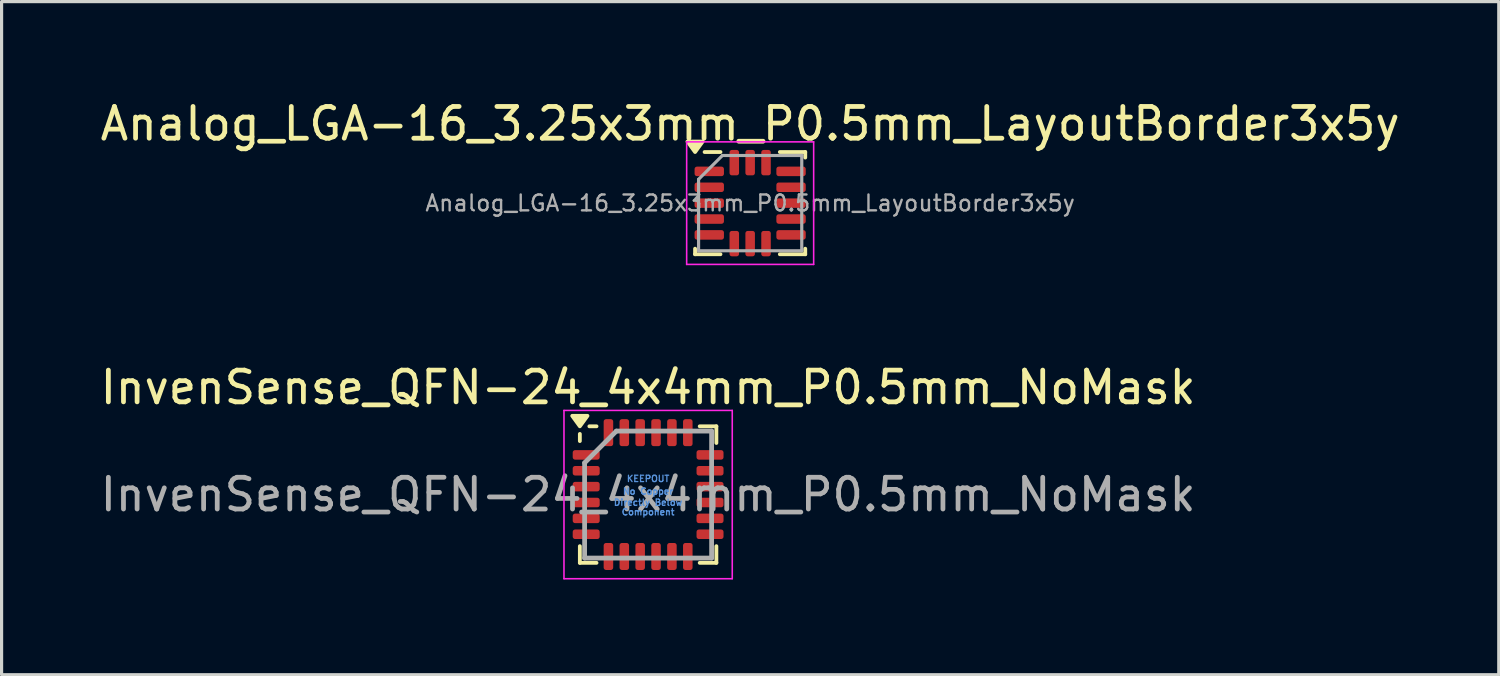
<source format=kicad_pcb>
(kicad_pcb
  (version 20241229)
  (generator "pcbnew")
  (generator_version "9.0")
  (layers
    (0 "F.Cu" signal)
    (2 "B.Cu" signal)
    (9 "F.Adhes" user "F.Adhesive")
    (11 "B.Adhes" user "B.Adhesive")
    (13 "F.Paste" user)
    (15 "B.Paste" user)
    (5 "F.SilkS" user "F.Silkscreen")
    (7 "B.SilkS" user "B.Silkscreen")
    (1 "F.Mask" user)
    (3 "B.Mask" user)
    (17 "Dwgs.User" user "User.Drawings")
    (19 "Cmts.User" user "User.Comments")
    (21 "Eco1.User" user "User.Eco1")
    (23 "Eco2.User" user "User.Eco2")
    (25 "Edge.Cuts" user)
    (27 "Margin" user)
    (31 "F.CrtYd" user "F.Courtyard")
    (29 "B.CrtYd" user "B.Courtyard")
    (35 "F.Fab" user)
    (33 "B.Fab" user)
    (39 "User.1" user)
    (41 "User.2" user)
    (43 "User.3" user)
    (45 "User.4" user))
  (footprint "InvenSense_QFN-24_4x4mm_P0.5mm_NoMask"
    (layer "F.Cu")
    (at 17.363 12.527)
    (property "Reference" "InvenSense_QFN-24_4x4mm_P0.5mm_NoMask" (at 0 -3.375 0) (layer "F.SilkS") (effects (font (size 1 1) (thickness 0.15))))
    (attr smd)
    (fp_line (start -2.15 -1.685) (end -2.15 -1.91) (stroke (width 0.12) (type solid)) (layer "F.SilkS"))
    (fp_line (start -2.15 2.15) (end -2.15 1.625) (stroke (width 0.12) (type solid)) (layer "F.SilkS"))
    (fp_line (start -2.15 2.15) (end -1.625 2.15) (stroke (width 0.12) (type solid)) (layer "F.SilkS"))
    (fp_line (start -1.625 -2.15) (end -1.85 -2.15) (stroke (width 0.12) (type solid)) (layer "F.SilkS"))
    (fp_line (start 2.15 -2.15) (end 1.625 -2.15) (stroke (width 0.12) (type solid)) (layer "F.SilkS"))
    (fp_line (start 2.15 -2.15) (end 2.15 -1.625) (stroke (width 0.12) (type solid)) (layer "F.SilkS"))
    (fp_line (start 2.15 2.15) (end 1.625 2.15) (stroke (width 0.12) (type solid)) (layer "F.SilkS"))
    (fp_line (start 2.15 2.15) (end 2.15 1.625) (stroke (width 0.12) (type solid)) (layer "F.SilkS"))
    (fp_poly (pts (xy -2.15 -2.15) (xy -2.39 -2.48) (xy -1.91 -2.48) (xy -2.15 -2.15)) (stroke (width 0.12) (type solid)) (fill yes) (layer "F.SilkS"))
    (fp_line (start -2.65 -2.65) (end -2.65 2.65) (stroke (width 0.05) (type solid)) (layer "F.CrtYd"))
    (fp_line (start -2.65 -2.65) (end 2.65 -2.65) (stroke (width 0.05) (type solid)) (layer "F.CrtYd"))
    (fp_line (start -2.65 2.65) (end 2.65 2.65) (stroke (width 0.05) (type solid)) (layer "F.CrtYd"))
    (fp_line (start 2.65 -2.65) (end 2.65 2.65) (stroke (width 0.05) (type solid)) (layer "F.CrtYd"))
    (fp_line (start -2 -1) (end -1 -2) (stroke (width 0.15) (type solid)) (layer "F.Fab"))
    (fp_line (start -2 2) (end -2 -1) (stroke (width 0.15) (type solid)) (layer "F.Fab"))
    (fp_line (start -1 -2) (end 2 -2) (stroke (width 0.15) (type solid)) (layer "F.Fab"))
    (fp_line (start 2 -2) (end 2 2) (stroke (width 0.15) (type solid)) (layer "F.Fab"))
    (fp_line (start 2 2) (end -2 2) (stroke (width 0.15) (type solid)) (layer "F.Fab"))
    (fp_text user "Component" (at 0 0.55 0) (layer "Cmts.User") (effects (font (size 0.2 0.2) (thickness 0.04))))
    (fp_text user "KEEPOUT" (at 0 -0.5 0) (layer "Cmts.User") (effects (font (size 0.2 0.2) (thickness 0.04))))
    (fp_text user "Directly Below" (at 0 0.25 0) (layer "Cmts.User") (effects (font (size 0.2 0.2) (thickness 0.04))))
    (fp_text user "No Copper" (at 0 -0.1 0) (layer "Cmts.User") (effects (font (size 0.2 0.2) (thickness 0.04))))
    (fp_text user "${REFERENCE}" (at 0 0 0) (layer "F.Fab") (effects (font (size 1 1) (thickness 0.15))))
    (pad "" smd roundrect (at 0 0) (size 2.75 2.65) (layers "F.Mask") (roundrect_rratio 0.094))
    (pad "1" smd roundrect (at -1.95 -1.25) (size 0.85 0.3) (layers "F.Cu" "F.Mask" "F.Paste") (roundrect_rratio 0.25))
    (pad "2" smd roundrect (at -1.95 -0.75) (size 0.85 0.3) (layers "F.Cu" "F.Mask" "F.Paste") (roundrect_rratio 0.25))
    (pad "3" smd roundrect (at -1.95 -0.25) (size 0.85 0.3) (layers "F.Cu" "F.Mask" "F.Paste") (roundrect_rratio 0.25))
    (pad "4" smd roundrect (at -1.95 0.25) (size 0.85 0.3) (layers "F.Cu" "F.Mask" "F.Paste") (roundrect_rratio 0.25))
    (pad "5" smd roundrect (at -1.95 0.75) (size 0.85 0.3) (layers "F.Cu" "F.Mask" "F.Paste") (roundrect_rratio 0.25))
    (pad "6" smd roundrect (at -1.95 1.25) (size 0.85 0.3) (layers "F.Cu" "F.Mask" "F.Paste") (roundrect_rratio 0.25))
    (pad "7" smd roundrect (at -1.25 1.95 90) (size 0.85 0.3) (layers "F.Cu" "F.Mask" "F.Paste") (roundrect_rratio 0.25))
    (pad "8" smd roundrect (at -0.75 1.95 90) (size 0.85 0.3) (layers "F.Cu" "F.Mask" "F.Paste") (roundrect_rratio 0.25))
    (pad "9" smd roundrect (at -0.25 1.95 90) (size 0.85 0.3) (layers "F.Cu" "F.Mask" "F.Paste") (roundrect_rratio 0.25))
    (pad "10" smd roundrect (at 0.25 1.95 90) (size 0.85 0.3) (layers "F.Cu" "F.Mask" "F.Paste") (roundrect_rratio 0.25))
    (pad "11" smd roundrect (at 0.75 1.95 90) (size 0.85 0.3) (layers "F.Cu" "F.Mask" "F.Paste") (roundrect_rratio 0.25))
    (pad "12" smd roundrect (at 1.25 1.95 90) (size 0.85 0.3) (layers "F.Cu" "F.Mask" "F.Paste") (roundrect_rratio 0.25))
    (pad "13" smd roundrect (at 1.95 1.25) (size 0.85 0.3) (layers "F.Cu" "F.Mask" "F.Paste") (roundrect_rratio 0.25))
    (pad "14" smd roundrect (at 1.95 0.75) (size 0.85 0.3) (layers "F.Cu" "F.Mask" "F.Paste") (roundrect_rratio 0.25))
    (pad "15" smd roundrect (at 1.95 0.25) (size 0.85 0.3) (layers "F.Cu" "F.Mask" "F.Paste") (roundrect_rratio 0.25))
    (pad "16" smd roundrect (at 1.95 -0.25) (size 0.85 0.3) (layers "F.Cu" "F.Mask" "F.Paste") (roundrect_rratio 0.25))
    (pad "17" smd roundrect (at 1.95 -0.75) (size 0.85 0.3) (layers "F.Cu" "F.Mask" "F.Paste") (roundrect_rratio 0.25))
    (pad "18" smd roundrect (at 1.95 -1.25) (size 0.85 0.3) (layers "F.Cu" "F.Mask" "F.Paste") (roundrect_rratio 0.25))
    (pad "19" smd roundrect (at 1.25 -1.95 90) (size 0.85 0.3) (layers "F.Cu" "F.Mask" "F.Paste") (roundrect_rratio 0.25))
    (pad "20" smd roundrect (at 0.75 -1.95 90) (size 0.85 0.3) (layers "F.Cu" "F.Mask" "F.Paste") (roundrect_rratio 0.25))
    (pad "21" smd roundrect (at 0.25 -1.95 90) (size 0.85 0.3) (layers "F.Cu" "F.Mask" "F.Paste") (roundrect_rratio 0.25))
    (pad "22" smd roundrect (at -0.25 -1.95 90) (size 0.85 0.3) (layers "F.Cu" "F.Mask" "F.Paste") (roundrect_rratio 0.25))
    (pad "23" smd roundrect (at -0.75 -1.95 90) (size 0.85 0.3) (layers "F.Cu" "F.Mask" "F.Paste") (roundrect_rratio 0.25))
    (pad "24" smd roundrect (at -1.25 -1.95 90) (size 0.85 0.3) (layers "F.Cu" "F.Mask" "F.Paste") (roundrect_rratio 0.25))
    (zone (net_name "") (layer "F.Cu") (hatch full 0.508) (connect_pads) (min_thickness 0.254) (filled_areas_thickness no) (keepout (tracks not_allowed) (vias not_allowed) (pads not_allowed) (copperpour not_allowed) (footprints allowed)) (placement (enabled no)) (fill) (polygon (pts (xy 15.988 11.201) (xy 18.738 11.201) (xy 18.738 13.851) (xy 15.988 13.851)))))
  (footprint "Analog_LGA-16_3.25x3mm_P0.5mm_LayoutBorder3x5y"
    (layer "F.Cu")
    (at 20.577 3.348)
    (property "Reference" "Analog_LGA-16_3.25x3mm_P0.5mm_LayoutBorder3x5y" (at 0 -2.5 0) (layer "F.SilkS") (effects (font (size 1 1) (thickness 0.15))))
    (attr smd)
    (fp_line (start -1.735 1.61) (end -1.735 1.435) (stroke (width 0.12) (type solid)) (layer "F.SilkS"))
    (fp_line (start -0.935 -1.61) (end -1.435 -1.61) (stroke (width 0.12) (type solid)) (layer "F.SilkS"))
    (fp_line (start -0.935 1.61) (end -1.735 1.61) (stroke (width 0.12) (type solid)) (layer "F.SilkS"))
    (fp_line (start 0.935 -1.61) (end 1.735 -1.61) (stroke (width 0.12) (type solid)) (layer "F.SilkS"))
    (fp_line (start 0.935 1.61) (end 1.735 1.61) (stroke (width 0.12) (type solid)) (layer "F.SilkS"))
    (fp_line (start 1.735 -1.61) (end 1.735 -1.435) (stroke (width 0.12) (type solid)) (layer "F.SilkS"))
    (fp_line (start 1.735 1.61) (end 1.735 1.435) (stroke (width 0.12) (type solid)) (layer "F.SilkS"))
    (fp_poly (pts (xy -1.735 -1.61) (xy -1.975 -1.94) (xy -1.495 -1.94) (xy -1.735 -1.61)) (stroke (width 0.12) (type solid)) (fill yes) (layer "F.SilkS"))
    (fp_line (start -2 -1.93) (end -2 1.93) (stroke (width 0.05) (type solid)) (layer "F.CrtYd"))
    (fp_line (start -2 1.93) (end 2 1.93) (stroke (width 0.05) (type solid)) (layer "F.CrtYd"))
    (fp_line (start 2 -1.93) (end -2 -1.93) (stroke (width 0.05) (type solid)) (layer "F.CrtYd"))
    (fp_line (start 2 1.93) (end 2 -1.93) (stroke (width 0.05) (type solid)) (layer "F.CrtYd"))
    (fp_line (start -1.625 -0.75) (end -0.875 -1.5) (stroke (width 0.1) (type solid)) (layer "F.Fab"))
    (fp_line (start -1.625 1.5) (end -1.625 -0.75) (stroke (width 0.1) (type solid)) (layer "F.Fab"))
    (fp_line (start -0.875 -1.5) (end 1.625 -1.5) (stroke (width 0.1) (type solid)) (layer "F.Fab"))
    (fp_line (start 1.625 -1.5) (end 1.625 1.5) (stroke (width 0.1) (type solid)) (layer "F.Fab"))
    (fp_line (start 1.625 1.5) (end -1.625 1.5) (stroke (width 0.1) (type solid)) (layer "F.Fab"))
    (fp_text user "${REFERENCE}" (at 0 0 0) (layer "F.Fab") (effects (font (size 0.5 0.5) (thickness 0.075))))
    (pad "1" smd roundrect (at -1.288 -1) (size 0.925 0.3) (layers "F.Cu" "F.Mask" "F.Paste") (roundrect_rratio 0.25))
    (pad "2" smd roundrect (at -1.288 -0.5) (size 0.925 0.3) (layers "F.Cu" "F.Mask" "F.Paste") (roundrect_rratio 0.25))
    (pad "3" smd roundrect (at -1.288 0) (size 0.925 0.3) (layers "F.Cu" "F.Mask" "F.Paste") (roundrect_rratio 0.25))
    (pad "4" smd roundrect (at -1.288 0.5) (size 0.925 0.3) (layers "F.Cu" "F.Mask" "F.Paste") (roundrect_rratio 0.25))
    (pad "5" smd roundrect (at -1.288 1) (size 0.925 0.3) (layers "F.Cu" "F.Mask" "F.Paste") (roundrect_rratio 0.25))
    (pad "6" smd roundrect (at -0.5 1.275) (size 0.3 0.8) (layers "F.Cu" "F.Mask" "F.Paste") (roundrect_rratio 0.25))
    (pad "7" smd roundrect (at 0 1.275) (size 0.3 0.8) (layers "F.Cu" "F.Mask" "F.Paste") (roundrect_rratio 0.25))
    (pad "8" smd roundrect (at 0.5 1.275) (size 0.3 0.8) (layers "F.Cu" "F.Mask" "F.Paste") (roundrect_rratio 0.25))
    (pad "9" smd roundrect (at 1.288 1) (size 0.925 0.3) (layers "F.Cu" "F.Mask" "F.Paste") (roundrect_rratio 0.25))
    (pad "10" smd roundrect (at 1.288 0.5) (size 0.925 0.3) (layers "F.Cu" "F.Mask" "F.Paste") (roundrect_rratio 0.25))
    (pad "11" smd roundrect (at 1.288 0) (size 0.925 0.3) (layers "F.Cu" "F.Mask" "F.Paste") (roundrect_rratio 0.25))
    (pad "12" smd roundrect (at 1.288 -0.5) (size 0.925 0.3) (layers "F.Cu" "F.Mask" "F.Paste") (roundrect_rratio 0.25))
    (pad "13" smd roundrect (at 1.288 -1) (size 0.925 0.3) (layers "F.Cu" "F.Mask" "F.Paste") (roundrect_rratio 0.25))
    (pad "14" smd roundrect (at 0.5 -1.275) (size 0.3 0.8) (layers "F.Cu" "F.Mask" "F.Paste") (roundrect_rratio 0.25))
    (pad "15" smd roundrect (at 0 -1.275) (size 0.3 0.8) (layers "F.Cu" "F.Mask" "F.Paste") (roundrect_rratio 0.25))
    (pad "16" smd roundrect (at -0.5 -1.275) (size 0.3 0.8) (layers "F.Cu" "F.Mask" "F.Paste") (roundrect_rratio 0.25)))
  (gr_rect
    (start -3 -3)
    (end 44.155 18.201)
    (stroke (width 0.1) (type default))
    (fill no)
    (layer "Edge.Cuts")))
</source>
